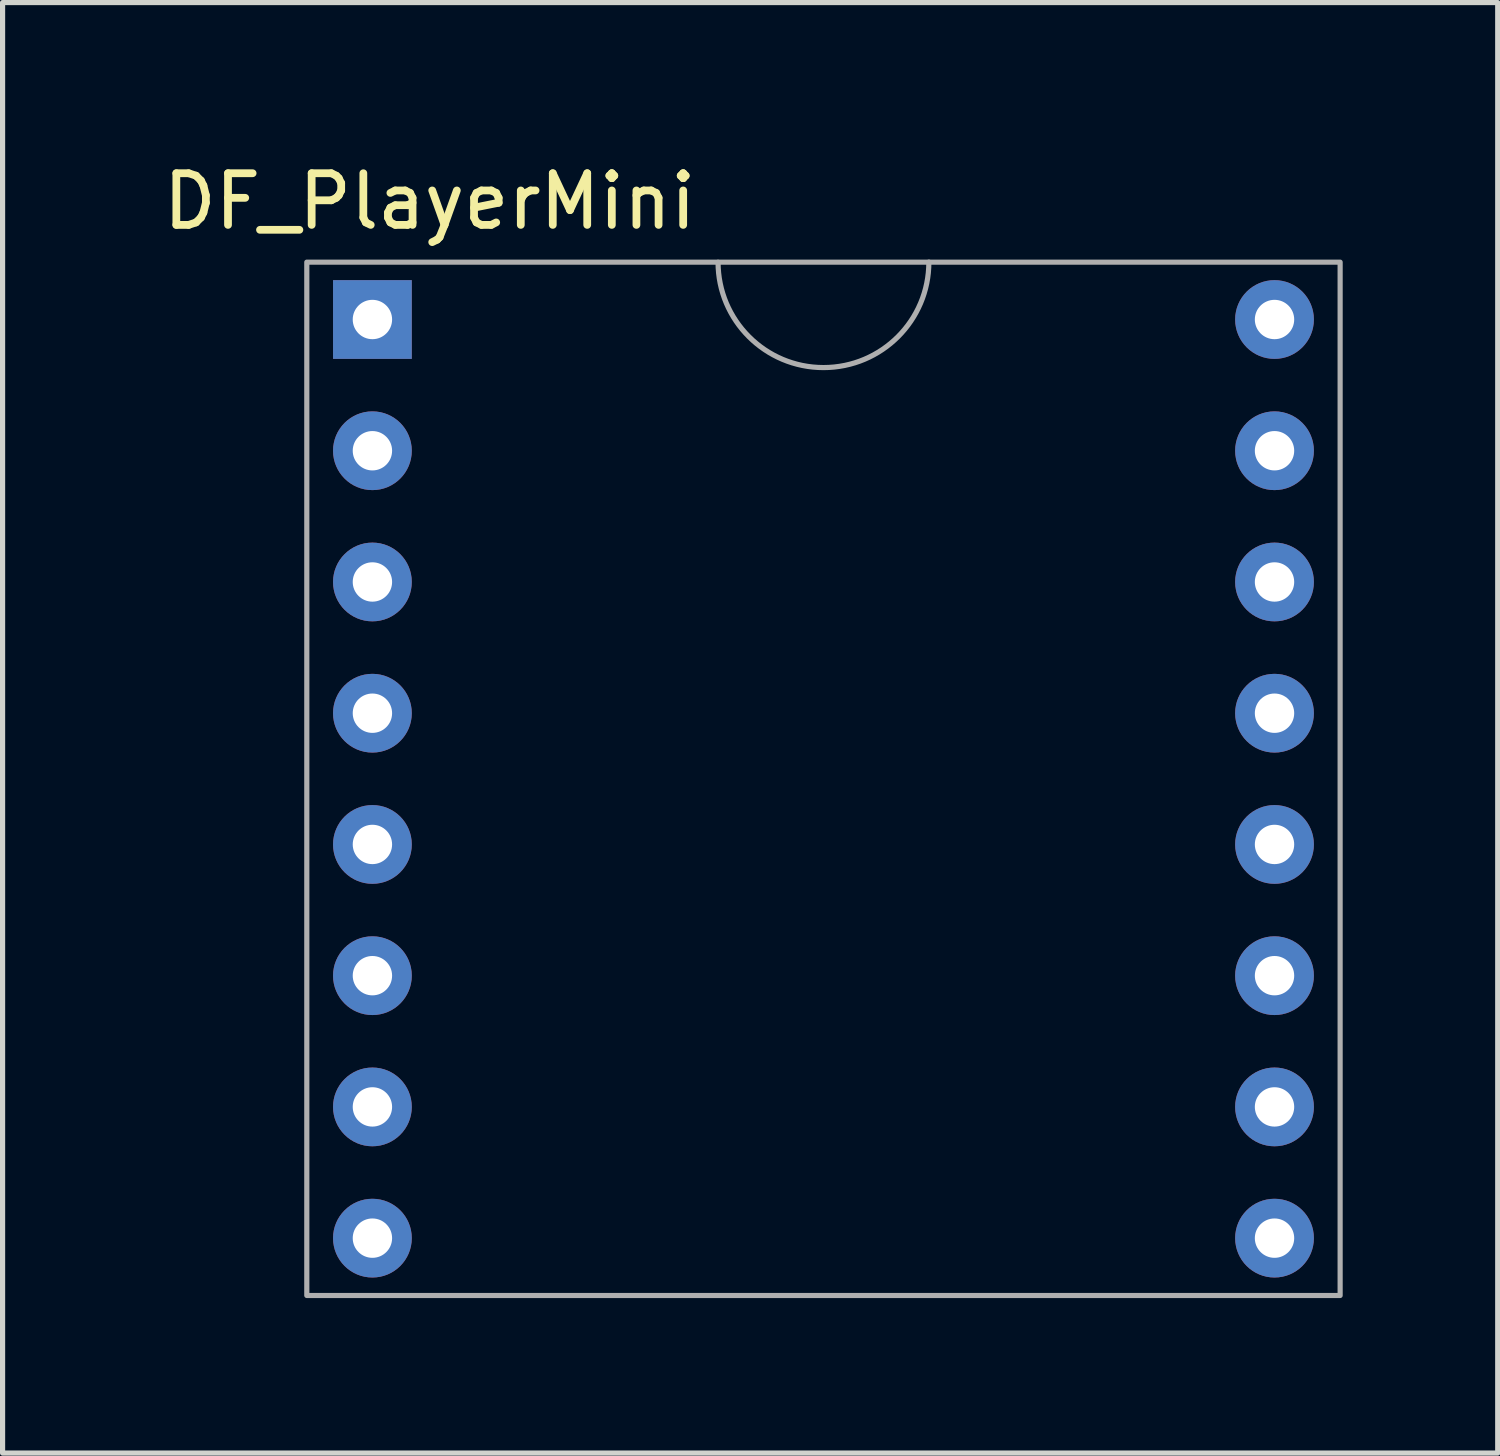
<source format=kicad_pcb>
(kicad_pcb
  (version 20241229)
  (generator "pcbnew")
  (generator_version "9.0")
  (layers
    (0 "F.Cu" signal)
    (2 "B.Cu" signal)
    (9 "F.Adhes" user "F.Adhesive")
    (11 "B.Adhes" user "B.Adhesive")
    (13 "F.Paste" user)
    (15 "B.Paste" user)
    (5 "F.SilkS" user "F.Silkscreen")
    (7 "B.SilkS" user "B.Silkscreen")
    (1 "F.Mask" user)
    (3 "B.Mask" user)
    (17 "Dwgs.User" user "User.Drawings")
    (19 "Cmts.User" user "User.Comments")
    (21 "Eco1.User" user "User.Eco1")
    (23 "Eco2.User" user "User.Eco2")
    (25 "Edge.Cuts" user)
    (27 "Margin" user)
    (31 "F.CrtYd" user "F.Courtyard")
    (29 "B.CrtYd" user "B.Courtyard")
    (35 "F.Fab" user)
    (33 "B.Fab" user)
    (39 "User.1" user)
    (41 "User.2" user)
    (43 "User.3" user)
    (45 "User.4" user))
  (footprint "DF_PlayerMini"
    (layer "F.Cu")
    (at 12.888 12.024)
    (property "Reference" "DF_PlayerMini" (at -7.62 -11.176 0) (unlocked yes) (layer "F.SilkS") (effects (font (size 1 1) (thickness 0.15))))
    (attr through_hole)
    (fp_rect (start 10 10) (end -10 -10) (stroke (width 0.1) (type solid)) (fill no) (layer "F.Fab"))
    (fp_arc (start 2.039968 -10.000847) (mid 0.001184 -7.959697) (end -2.039967 -9.998481) (stroke (width 0.1) (type solid)) (layer "F.Fab"))
    (pad "1" thru_hole rect (at -8.73 -8.89) (size 1.524 1.524) (drill 0.762) (layers "*.Cu" "*.Mask"))
    (pad "2" thru_hole circle (at -8.73 -6.35) (size 1.524 1.524) (drill 0.762) (layers "*.Cu" "*.Mask"))
    (pad "3" thru_hole circle (at -8.73 -3.81) (size 1.524 1.524) (drill 0.762) (layers "*.Cu" "*.Mask"))
    (pad "4" thru_hole circle (at -8.73 -1.27) (size 1.524 1.524) (drill 0.762) (layers "*.Cu" "*.Mask"))
    (pad "5" thru_hole circle (at -8.73 1.27) (size 1.524 1.524) (drill 0.762) (layers "*.Cu" "*.Mask"))
    (pad "6" thru_hole circle (at -8.73 3.81) (size 1.524 1.524) (drill 0.762) (layers "*.Cu" "*.Mask"))
    (pad "7" thru_hole circle (at -8.73 6.35) (size 1.524 1.524) (drill 0.762) (layers "*.Cu" "*.Mask"))
    (pad "8" thru_hole circle (at -8.73 8.89) (size 1.524 1.524) (drill 0.762) (layers "*.Cu" "*.Mask"))
    (pad "9" thru_hole circle (at 8.73 8.89) (size 1.524 1.524) (drill 0.762) (layers "*.Cu" "*.Mask"))
    (pad "10" thru_hole circle (at 8.73 6.35) (size 1.524 1.524) (drill 0.762) (layers "*.Cu" "*.Mask"))
    (pad "11" thru_hole circle (at 8.73 3.81) (size 1.524 1.524) (drill 0.762) (layers "*.Cu" "*.Mask"))
    (pad "12" thru_hole circle (at 8.73 1.27) (size 1.524 1.524) (drill 0.762) (layers "*.Cu" "*.Mask"))
    (pad "13" thru_hole circle (at 8.73 -1.27) (size 1.524 1.524) (drill 0.762) (layers "*.Cu" "*.Mask"))
    (pad "14" thru_hole circle (at 8.73 -3.81) (size 1.524 1.524) (drill 0.762) (layers "*.Cu" "*.Mask"))
    (pad "15" thru_hole circle (at 8.73 -6.35) (size 1.524 1.524) (drill 0.762) (layers "*.Cu" "*.Mask"))
    (pad "16" thru_hole circle (at 8.73 -8.89) (size 1.524 1.524) (drill 0.762) (layers "*.Cu" "*.Mask")))
  (gr_rect
    (start -3 -3)
    (end 25.938 25.074)
    (stroke (width 0.1) (type default))
    (fill no)
    (layer "Edge.Cuts")))
</source>
